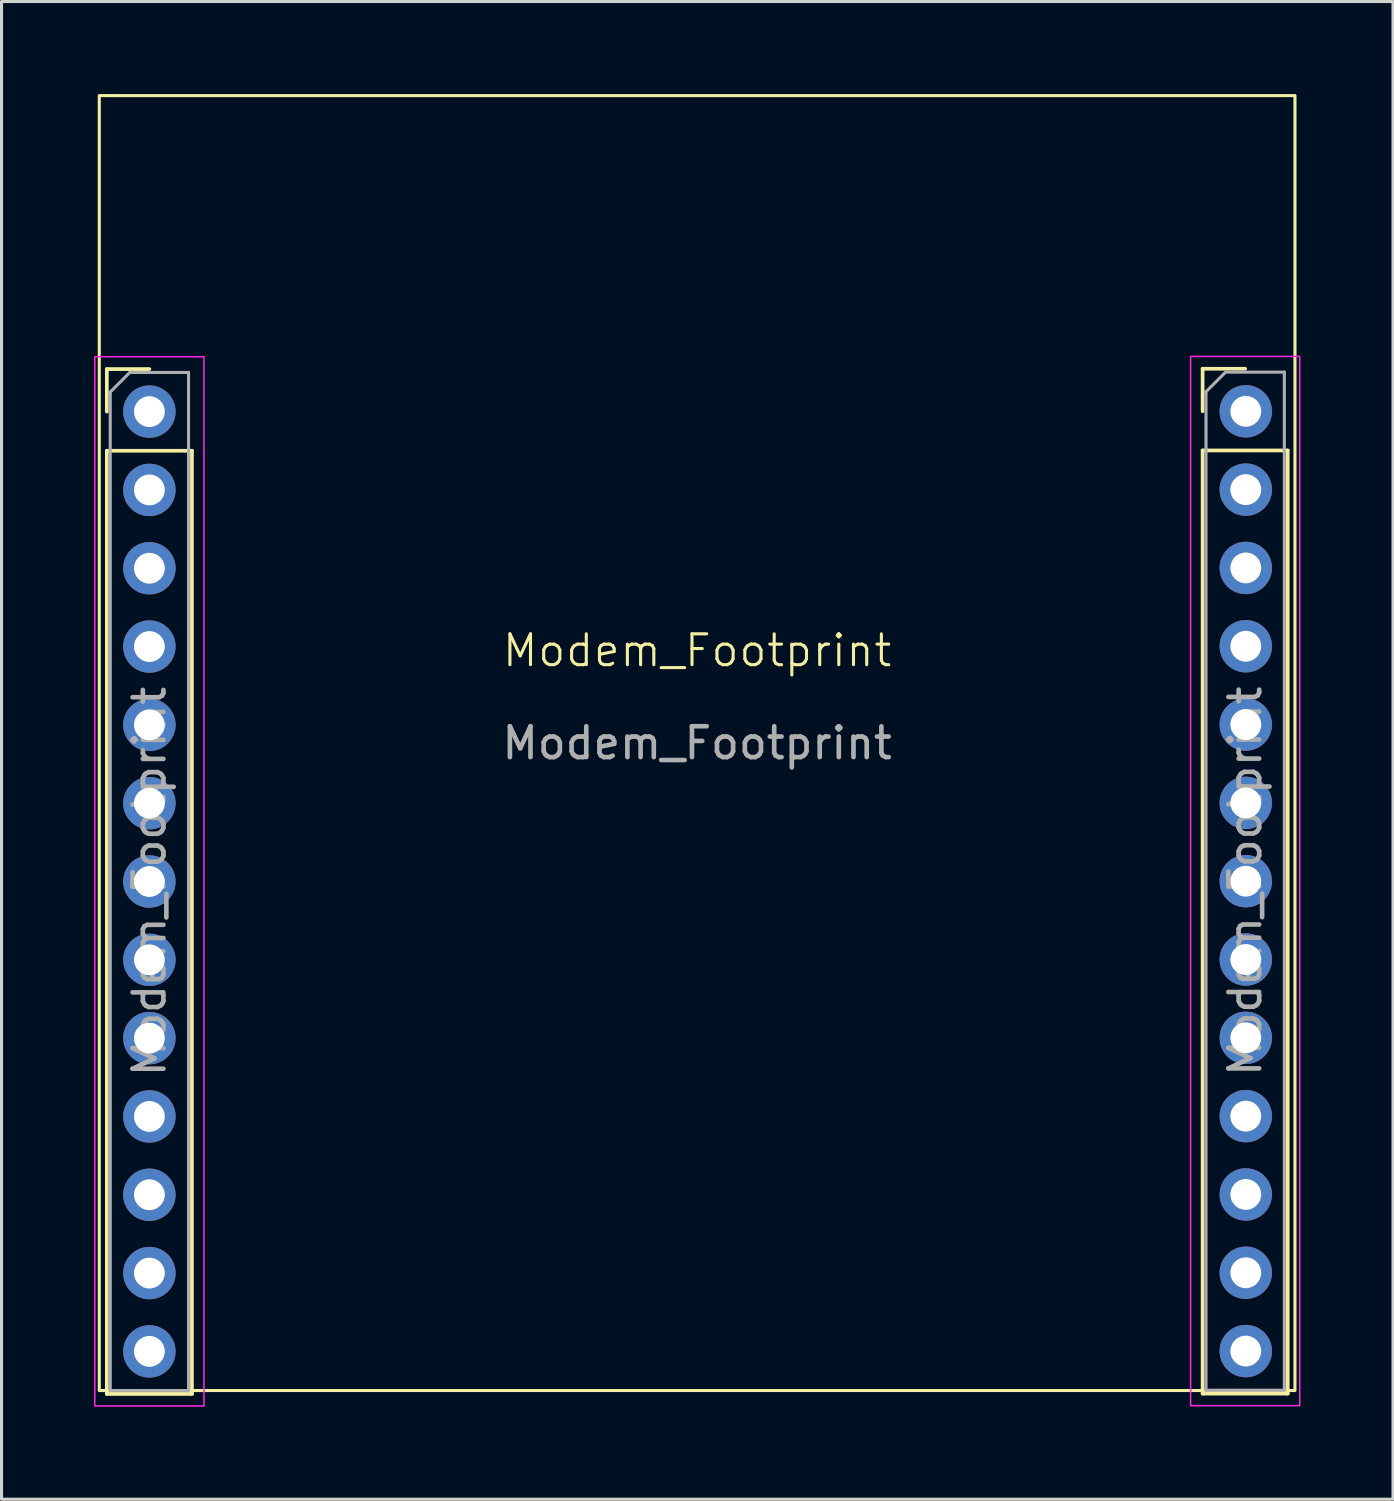
<source format=kicad_pcb>
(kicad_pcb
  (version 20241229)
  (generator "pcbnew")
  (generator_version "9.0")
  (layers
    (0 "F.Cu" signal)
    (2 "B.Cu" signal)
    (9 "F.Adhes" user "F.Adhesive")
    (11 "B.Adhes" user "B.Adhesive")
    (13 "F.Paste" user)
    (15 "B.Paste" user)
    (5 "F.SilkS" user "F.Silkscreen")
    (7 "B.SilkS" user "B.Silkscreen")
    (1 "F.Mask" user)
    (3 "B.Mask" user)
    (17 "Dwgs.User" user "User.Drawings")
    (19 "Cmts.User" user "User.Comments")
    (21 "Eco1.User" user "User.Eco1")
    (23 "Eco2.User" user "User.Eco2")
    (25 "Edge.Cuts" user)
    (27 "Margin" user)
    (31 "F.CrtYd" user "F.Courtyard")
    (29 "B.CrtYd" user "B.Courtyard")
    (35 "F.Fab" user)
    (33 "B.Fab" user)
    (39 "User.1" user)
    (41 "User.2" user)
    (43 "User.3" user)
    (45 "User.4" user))
  (footprint "Modem_Footprint"
    (layer "F.Cu")
    (at 19.625 21.99)
    (property "Reference" "Modem_Footprint" (at -0.065 -3.94 0) (unlocked yes) (layer "F.SilkS") (effects (font (size 1 1) (thickness 0.1))))
    (attr smd)
    (fp_line (start -19.21 -13.07) (end -17.83 -13.07) (stroke (width 0.12) (type solid)) (layer "F.SilkS"))
    (fp_line (start -19.21 -11.69) (end -19.21 -13.07) (stroke (width 0.12) (type solid)) (layer "F.SilkS"))
    (fp_line (start -19.21 -10.42) (end -19.21 20.17) (stroke (width 0.12) (type solid)) (layer "F.SilkS"))
    (fp_line (start -19.21 -10.42) (end -16.45 -10.42) (stroke (width 0.12) (type solid)) (layer "F.SilkS"))
    (fp_line (start -19.21 20.17) (end -16.45 20.17) (stroke (width 0.12) (type solid)) (layer "F.SilkS"))
    (fp_line (start -16.45 -10.42) (end -16.45 20.17) (stroke (width 0.12) (type solid)) (layer "F.SilkS"))
    (fp_line (start 16.33 -13.08) (end 17.71 -13.08) (stroke (width 0.12) (type solid)) (layer "F.SilkS"))
    (fp_line (start 16.33 -11.7) (end 16.33 -13.08) (stroke (width 0.12) (type solid)) (layer "F.SilkS"))
    (fp_line (start 16.33 -10.43) (end 16.33 20.16) (stroke (width 0.12) (type solid)) (layer "F.SilkS"))
    (fp_line (start 16.33 -10.43) (end 19.09 -10.43) (stroke (width 0.12) (type solid)) (layer "F.SilkS"))
    (fp_line (start 16.33 20.16) (end 19.09 20.16) (stroke (width 0.12) (type solid)) (layer "F.SilkS"))
    (fp_line (start 19.09 -10.43) (end 19.09 20.16) (stroke (width 0.12) (type solid)) (layer "F.SilkS"))
    (fp_rect (start -19.455 -21.94) (end 19.325 20.06) (stroke (width 0.1) (type solid)) (fill no) (layer "F.SilkS"))
    (fp_rect (start -19.6 -13.47) (end -16.06 20.56) (stroke (width 0.05) (type solid)) (fill no) (layer "F.CrtYd"))
    (fp_rect (start 15.94 -13.48) (end 19.48 20.55) (stroke (width 0.05) (type solid)) (fill no) (layer "F.CrtYd"))
    (fp_line (start -19.1 -12.325) (end -18.465 -12.96) (stroke (width 0.1) (type solid)) (layer "F.Fab"))
    (fp_line (start -19.1 20.06) (end -19.1 -12.325) (stroke (width 0.1) (type solid)) (layer "F.Fab"))
    (fp_line (start -18.465 -12.96) (end -16.56 -12.96) (stroke (width 0.1) (type solid)) (layer "F.Fab"))
    (fp_line (start -16.56 -12.96) (end -16.56 20.06) (stroke (width 0.1) (type solid)) (layer "F.Fab"))
    (fp_line (start -16.56 20.06) (end -19.1 20.06) (stroke (width 0.1) (type solid)) (layer "F.Fab"))
    (fp_line (start 16.44 -12.335) (end 17.075 -12.97) (stroke (width 0.1) (type solid)) (layer "F.Fab"))
    (fp_line (start 16.44 20.05) (end 16.44 -12.335) (stroke (width 0.1) (type solid)) (layer "F.Fab"))
    (fp_line (start 17.075 -12.97) (end 18.98 -12.97) (stroke (width 0.1) (type solid)) (layer "F.Fab"))
    (fp_line (start 18.98 -12.97) (end 18.98 20.05) (stroke (width 0.1) (type solid)) (layer "F.Fab"))
    (fp_line (start 18.98 20.05) (end 16.44 20.05) (stroke (width 0.1) (type solid)) (layer "F.Fab"))
    (fp_text user "${REFERENCE}" (at -17.83 3.55 90) (layer "F.Fab") (effects (font (size 1 1) (thickness 0.15))))
    (fp_text user "${REFERENCE}" (at 17.71 3.54 90) (layer "F.Fab") (effects (font (size 1 1) (thickness 0.15))))
    (fp_text user "${REFERENCE}" (at -0.065 -0.94 0) (unlocked yes) (layer "F.Fab") (effects (font (size 1 1) (thickness 0.15))))
    (pad "1" thru_hole circle (at -17.83 -11.69) (size 1.7 1.7) (drill 1) (layers "*.Cu" "*.Mask"))
    (pad "2" thru_hole circle (at -17.83 -9.15) (size 1.7 1.7) (drill 1) (layers "*.Cu" "*.Mask"))
    (pad "3" thru_hole circle (at -17.83 -6.61) (size 1.7 1.7) (drill 1) (layers "*.Cu" "*.Mask"))
    (pad "4" thru_hole circle (at -17.83 -4.07) (size 1.7 1.7) (drill 1) (layers "*.Cu" "*.Mask"))
    (pad "5" thru_hole circle (at -17.83 -1.53) (size 1.7 1.7) (drill 1) (layers "*.Cu" "*.Mask"))
    (pad "6" thru_hole circle (at -17.83 1.01) (size 1.7 1.7) (drill 1) (layers "*.Cu" "*.Mask"))
    (pad "7" thru_hole circle (at -17.83 3.55) (size 1.7 1.7) (drill 1) (layers "*.Cu" "*.Mask"))
    (pad "8" thru_hole circle (at -17.83 6.09) (size 1.7 1.7) (drill 1) (layers "*.Cu" "*.Mask"))
    (pad "9" thru_hole circle (at -17.83 8.63) (size 1.7 1.7) (drill 1) (layers "*.Cu" "*.Mask"))
    (pad "10" thru_hole circle (at -17.83 11.17) (size 1.7 1.7) (drill 1) (layers "*.Cu" "*.Mask"))
    (pad "11" thru_hole circle (at -17.83 13.71) (size 1.7 1.7) (drill 1) (layers "*.Cu" "*.Mask"))
    (pad "12" thru_hole circle (at -17.83 16.25) (size 1.7 1.7) (drill 1) (layers "*.Cu" "*.Mask"))
    (pad "13" thru_hole circle (at -17.83 18.79) (size 1.7 1.7) (drill 1) (layers "*.Cu" "*.Mask"))
    (pad "14" thru_hole circle (at 17.73 18.78) (size 1.7 1.7) (drill 1) (layers "*.Cu" "*.Mask"))
    (pad "15" thru_hole circle (at 17.73 16.24) (size 1.7 1.7) (drill 1) (layers "*.Cu" "*.Mask"))
    (pad "16" thru_hole circle (at 17.73 13.7) (size 1.7 1.7) (drill 1) (layers "*.Cu" "*.Mask"))
    (pad "17" thru_hole circle (at 17.73 11.16) (size 1.7 1.7) (drill 1) (layers "*.Cu" "*.Mask"))
    (pad "18" thru_hole circle (at 17.73 8.62) (size 1.7 1.7) (drill 1) (layers "*.Cu" "*.Mask"))
    (pad "19" thru_hole circle (at 17.73 6.08) (size 1.7 1.7) (drill 1) (layers "*.Cu" "*.Mask"))
    (pad "20" thru_hole circle (at 17.73 3.54) (size 1.7 1.7) (drill 1) (layers "*.Cu" "*.Mask"))
    (pad "21" thru_hole circle (at 17.73 1) (size 1.7 1.7) (drill 1) (layers "*.Cu" "*.Mask"))
    (pad "22" thru_hole circle (at 17.73 -1.54) (size 1.7 1.7) (drill 1) (layers "*.Cu" "*.Mask"))
    (pad "23" thru_hole circle (at 17.73 -4.08) (size 1.7 1.7) (drill 1) (layers "*.Cu" "*.Mask"))
    (pad "24" thru_hole circle (at 17.73 -6.62) (size 1.7 1.7) (drill 1) (layers "*.Cu" "*.Mask"))
    (pad "25" thru_hole circle (at 17.73 -9.16) (size 1.7 1.7) (drill 1) (layers "*.Cu" "*.Mask"))
    (pad "26" thru_hole circle (at 17.73 -11.7) (size 1.7 1.7) (drill 1) (layers "*.Cu" "*.Mask")))
  (gr_rect
    (start -3 -3)
    (end 42.13 45.575)
    (stroke (width 0.1) (type default))
    (fill no)
    (layer "Edge.Cuts")))
</source>
